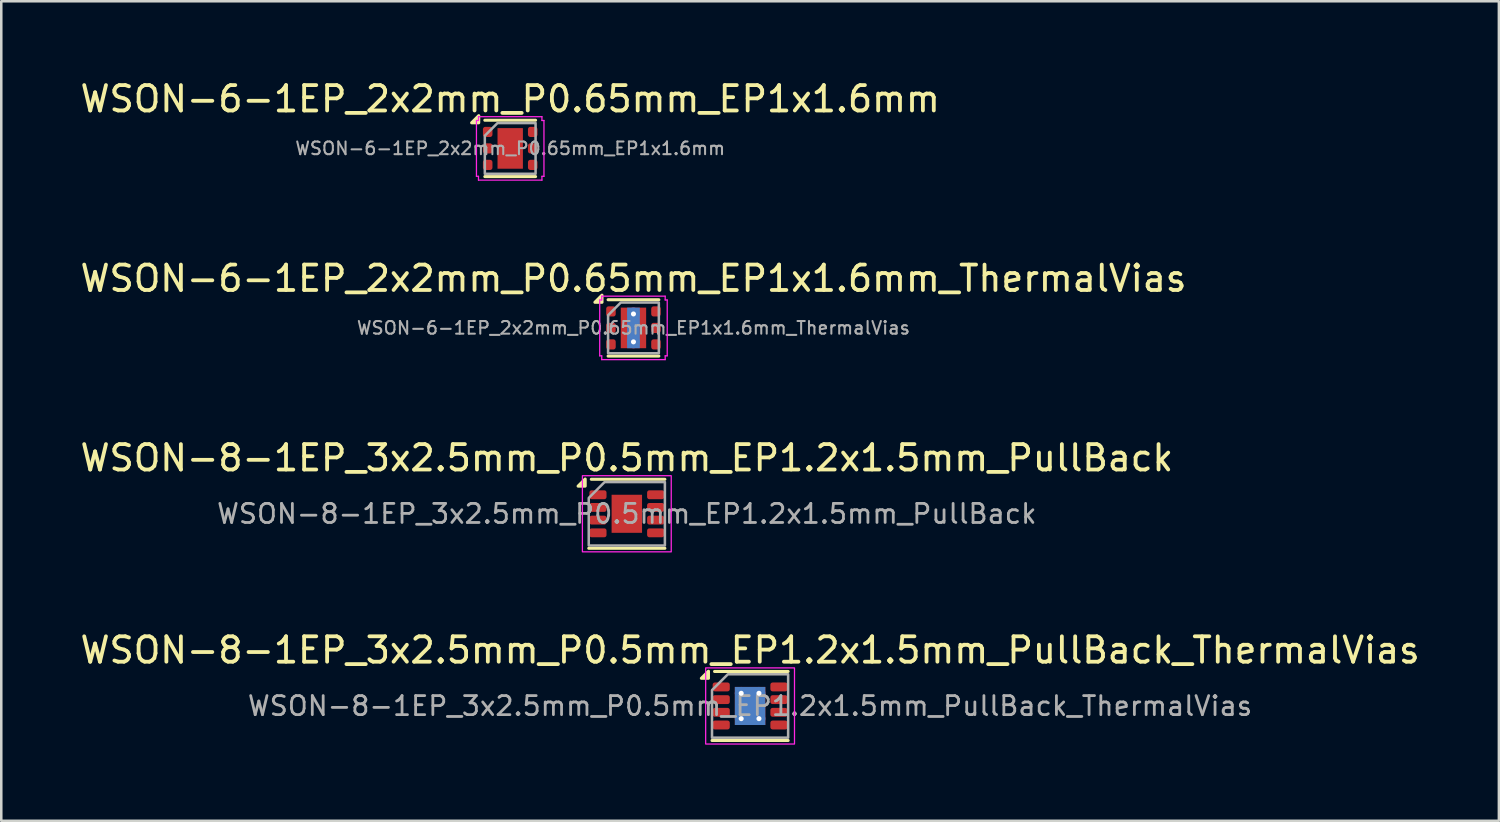
<source format=kicad_pcb>
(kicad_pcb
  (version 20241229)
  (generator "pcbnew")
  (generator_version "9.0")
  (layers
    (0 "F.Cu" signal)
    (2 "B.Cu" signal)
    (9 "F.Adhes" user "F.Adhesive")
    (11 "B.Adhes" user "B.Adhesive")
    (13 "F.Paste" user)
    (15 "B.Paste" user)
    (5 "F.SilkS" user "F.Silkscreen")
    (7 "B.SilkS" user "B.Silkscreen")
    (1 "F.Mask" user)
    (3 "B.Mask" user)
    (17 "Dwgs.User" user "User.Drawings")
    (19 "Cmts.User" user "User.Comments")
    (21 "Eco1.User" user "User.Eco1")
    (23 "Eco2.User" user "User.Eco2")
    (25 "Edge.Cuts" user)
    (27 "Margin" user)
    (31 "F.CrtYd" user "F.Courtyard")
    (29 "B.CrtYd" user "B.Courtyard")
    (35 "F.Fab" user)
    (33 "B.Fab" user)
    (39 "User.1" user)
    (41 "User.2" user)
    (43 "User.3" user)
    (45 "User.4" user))
  (footprint "WSON-6-1EP_2x2mm_P0.65mm_EP1x1.6mm"
    (layer "F.Cu")
    (at 17.054 2.798)
    (property "Reference" "WSON-6-1EP_2x2mm_P0.65mm_EP1x1.6mm" (at 0 -1.95 0) (layer "F.SilkS") (effects (font (size 1 1) (thickness 0.15))))
    (attr smd)
    (fp_line (start -1 -1.11) (end 1 -1.11) (stroke (width 0.12) (type solid)) (layer "F.SilkS"))
    (fp_line (start -1 1.11) (end 1 1.11) (stroke (width 0.12) (type solid)) (layer "F.SilkS"))
    (fp_poly (pts (xy -1.24 -1.01) (xy -1.52 -1.01) (xy -1.24 -1.29)) (stroke (width 0.12) (type solid)) (fill yes) (layer "F.SilkS"))
    (fp_line (start -1.33 -1.1) (end -1.25 -1.1) (stroke (width 0.05) (type solid)) (layer "F.CrtYd"))
    (fp_line (start -1.33 1.1) (end -1.33 -1.1) (stroke (width 0.05) (type solid)) (layer "F.CrtYd"))
    (fp_line (start -1.25 -1.25) (end 1.25 -1.25) (stroke (width 0.05) (type solid)) (layer "F.CrtYd"))
    (fp_line (start -1.25 -1.1) (end -1.25 -1.25) (stroke (width 0.05) (type solid)) (layer "F.CrtYd"))
    (fp_line (start -1.25 1.1) (end -1.33 1.1) (stroke (width 0.05) (type solid)) (layer "F.CrtYd"))
    (fp_line (start -1.25 1.25) (end -1.25 1.1) (stroke (width 0.05) (type solid)) (layer "F.CrtYd"))
    (fp_line (start 1.25 -1.25) (end 1.25 -1.1) (stroke (width 0.05) (type solid)) (layer "F.CrtYd"))
    (fp_line (start 1.25 -1.1) (end 1.33 -1.1) (stroke (width 0.05) (type solid)) (layer "F.CrtYd"))
    (fp_line (start 1.25 1.1) (end 1.25 1.25) (stroke (width 0.05) (type solid)) (layer "F.CrtYd"))
    (fp_line (start 1.25 1.25) (end -1.25 1.25) (stroke (width 0.05) (type solid)) (layer "F.CrtYd"))
    (fp_line (start 1.33 -1.1) (end 1.33 1.1) (stroke (width 0.05) (type solid)) (layer "F.CrtYd"))
    (fp_line (start 1.33 1.1) (end 1.25 1.1) (stroke (width 0.05) (type solid)) (layer "F.CrtYd"))
    (fp_poly (pts (xy -1 -0.5) (xy -1 1) (xy 1 1) (xy 1 -1) (xy -0.5 -1)) (stroke (width 0.1) (type solid)) (fill no) (layer "F.Fab"))
    (fp_text user "${REFERENCE}" (at 0 0 0) (layer "F.Fab") (effects (font (size 0.5 0.5) (thickness 0.08))))
    (pad "" smd roundrect (at 0 -0.4) (size 0.81 0.64) (layers "F.Paste") (roundrect_rratio 0.25))
    (pad "" smd roundrect (at 0 0.4) (size 0.81 0.64) (layers "F.Paste") (roundrect_rratio 0.25))
    (pad "1" smd roundrect (at -0.887 -0.65) (size 0.375 0.4) (layers "F.Cu" "F.Mask" "F.Paste") (roundrect_rratio 0.25))
    (pad "2" smd roundrect (at -0.887 0) (size 0.375 0.4) (layers "F.Cu" "F.Mask" "F.Paste") (roundrect_rratio 0.25))
    (pad "3" smd roundrect (at -0.887 0.65) (size 0.375 0.4) (layers "F.Cu" "F.Mask" "F.Paste") (roundrect_rratio 0.25))
    (pad "4" smd roundrect (at 0.887 0.65) (size 0.375 0.4) (layers "F.Cu" "F.Mask" "F.Paste") (roundrect_rratio 0.25))
    (pad "5" smd roundrect (at 0.887 0) (size 0.375 0.4) (layers "F.Cu" "F.Mask" "F.Paste") (roundrect_rratio 0.25))
    (pad "6" smd roundrect (at 0.887 -0.65) (size 0.375 0.4) (layers "F.Cu" "F.Mask" "F.Paste") (roundrect_rratio 0.25))
    (pad "7" smd rect (at 0 0) (size 1 1.6) (property pad_prop_heatsink) (layers "F.Cu" "F.Mask")))
  (footprint "WSON-8-1EP_3x2.5mm_P0.5mm_EP1.2x1.5mm_PullBack"
    (layer "F.Cu")
    (at 21.649 17.195)
    (property "Reference" "WSON-8-1EP_3x2.5mm_P0.5mm_EP1.2x1.5mm_PullBack" (at 0 -2.2 0) (layer "F.SilkS") (effects (font (size 1 1) (thickness 0.15))))
    (attr smd)
    (fp_line (start -1.5 1.36) (end 1.5 1.36) (stroke (width 0.12) (type solid)) (layer "F.SilkS"))
    (fp_line (start -1.4 -1.36) (end 1.5 -1.36) (stroke (width 0.12) (type solid)) (layer "F.SilkS"))
    (fp_poly (pts (xy -1.64 -1.09) (xy -1.92 -1.09) (xy -1.64 -1.37)) (stroke (width 0.12) (type solid)) (fill yes) (layer "F.SilkS"))
    (fp_rect (start 1.75 1.5) (end -1.75 -1.5) (stroke (width 0.05) (type solid)) (fill no) (layer "F.CrtYd"))
    (fp_poly (pts (xy -1.5 -0.625) (xy -1.5 1.25) (xy 1.5 1.25) (xy 1.5 -1.25) (xy -0.875 -1.25)) (stroke (width 0.1) (type solid)) (fill no) (layer "F.Fab"))
    (fp_text user "${REFERENCE}" (at 0 0 0) (layer "F.Fab") (effects (font (size 0.75 0.75) (thickness 0.11))))
    (pad "" smd roundrect (at -0.3 -0.375) (size 0.48 0.6) (layers "F.Paste") (roundrect_rratio 0.25))
    (pad "" smd roundrect (at -0.3 0.375) (size 0.48 0.6) (layers "F.Paste") (roundrect_rratio 0.25))
    (pad "" smd roundrect (at 0.3 -0.375) (size 0.48 0.6) (layers "F.Paste") (roundrect_rratio 0.25))
    (pad "" smd roundrect (at 0.3 0.375) (size 0.48 0.6) (layers "F.Paste") (roundrect_rratio 0.25))
    (pad "1" smd roundrect (at -1.137 -0.75) (size 0.675 0.35) (layers "F.Cu" "F.Mask" "F.Paste") (roundrect_rratio 0.25))
    (pad "2" smd roundrect (at -1.137 -0.25) (size 0.675 0.35) (layers "F.Cu" "F.Mask" "F.Paste") (roundrect_rratio 0.25))
    (pad "3" smd roundrect (at -1.137 0.25) (size 0.675 0.35) (layers "F.Cu" "F.Mask" "F.Paste") (roundrect_rratio 0.25))
    (pad "4" smd roundrect (at -1.137 0.75) (size 0.675 0.35) (layers "F.Cu" "F.Mask" "F.Paste") (roundrect_rratio 0.25))
    (pad "5" smd roundrect (at 1.137 0.75) (size 0.675 0.35) (layers "F.Cu" "F.Mask" "F.Paste") (roundrect_rratio 0.25))
    (pad "6" smd roundrect (at 1.137 0.25) (size 0.675 0.35) (layers "F.Cu" "F.Mask" "F.Paste") (roundrect_rratio 0.25))
    (pad "7" smd roundrect (at 1.137 -0.25) (size 0.675 0.35) (layers "F.Cu" "F.Mask" "F.Paste") (roundrect_rratio 0.25))
    (pad "8" smd roundrect (at 1.137 -0.75) (size 0.675 0.35) (layers "F.Cu" "F.Mask" "F.Paste") (roundrect_rratio 0.25))
    (pad "9" smd rect (at 0 0) (size 1.2 1.5) (property pad_prop_heatsink) (layers "F.Cu" "F.Mask")))
  (footprint "WSON-6-1EP_2x2mm_P0.65mm_EP1x1.6mm_ThermalVias"
    (layer "F.Cu")
    (at 21.911 9.871)
    (property "Reference" "WSON-6-1EP_2x2mm_P0.65mm_EP1x1.6mm_ThermalVias" (at 0 -1.95 0) (layer "F.SilkS") (effects (font (size 1 1) (thickness 0.15))))
    (attr smd)
    (fp_line (start -1 -1.11) (end 1 -1.11) (stroke (width 0.12) (type solid)) (layer "F.SilkS"))
    (fp_line (start -1 1.11) (end 1 1.11) (stroke (width 0.12) (type solid)) (layer "F.SilkS"))
    (fp_poly (pts (xy -1.24 -1.01) (xy -1.52 -1.01) (xy -1.24 -1.29)) (stroke (width 0.12) (type solid)) (fill yes) (layer "F.SilkS"))
    (fp_line (start -1.33 -1.1) (end -1.25 -1.1) (stroke (width 0.05) (type solid)) (layer "F.CrtYd"))
    (fp_line (start -1.33 1.1) (end -1.33 -1.1) (stroke (width 0.05) (type solid)) (layer "F.CrtYd"))
    (fp_line (start -1.25 -1.25) (end 1.25 -1.25) (stroke (width 0.05) (type solid)) (layer "F.CrtYd"))
    (fp_line (start -1.25 -1.1) (end -1.25 -1.25) (stroke (width 0.05) (type solid)) (layer "F.CrtYd"))
    (fp_line (start -1.25 1.1) (end -1.33 1.1) (stroke (width 0.05) (type solid)) (layer "F.CrtYd"))
    (fp_line (start -1.25 1.25) (end -1.25 1.1) (stroke (width 0.05) (type solid)) (layer "F.CrtYd"))
    (fp_line (start 1.25 -1.25) (end 1.25 -1.1) (stroke (width 0.05) (type solid)) (layer "F.CrtYd"))
    (fp_line (start 1.25 -1.1) (end 1.33 -1.1) (stroke (width 0.05) (type solid)) (layer "F.CrtYd"))
    (fp_line (start 1.25 1.1) (end 1.25 1.25) (stroke (width 0.05) (type solid)) (layer "F.CrtYd"))
    (fp_line (start 1.25 1.25) (end -1.25 1.25) (stroke (width 0.05) (type solid)) (layer "F.CrtYd"))
    (fp_line (start 1.33 -1.1) (end 1.33 1.1) (stroke (width 0.05) (type solid)) (layer "F.CrtYd"))
    (fp_line (start 1.33 1.1) (end 1.25 1.1) (stroke (width 0.05) (type solid)) (layer "F.CrtYd"))
    (fp_poly (pts (xy -1 -0.5) (xy -1 1) (xy 1 1) (xy 1 -1) (xy -0.5 -1)) (stroke (width 0.1) (type solid)) (fill no) (layer "F.Fab"))
    (fp_text user "${REFERENCE}" (at 0 0 0) (layer "F.Fab") (effects (font (size 0.5 0.5) (thickness 0.08))))
    (pad "" smd roundrect (at 0 -0.4) (size 0.87 0.69) (layers "F.Paste") (roundrect_rratio 0.25))
    (pad "" smd roundrect (at 0 0.4) (size 0.87 0.69) (layers "F.Paste") (roundrect_rratio 0.25))
    (pad "1" smd roundrect (at -0.887 -0.65) (size 0.375 0.4) (layers "F.Cu" "F.Mask" "F.Paste") (roundrect_rratio 0.25))
    (pad "2" smd roundrect (at -0.887 0) (size 0.375 0.4) (layers "F.Cu" "F.Mask" "F.Paste") (roundrect_rratio 0.25))
    (pad "3" smd roundrect (at -0.887 0.65) (size 0.375 0.4) (layers "F.Cu" "F.Mask" "F.Paste") (roundrect_rratio 0.25))
    (pad "4" smd roundrect (at 0.887 0.65) (size 0.375 0.4) (layers "F.Cu" "F.Mask" "F.Paste") (roundrect_rratio 0.25))
    (pad "5" smd roundrect (at 0.887 0) (size 0.375 0.4) (layers "F.Cu" "F.Mask" "F.Paste") (roundrect_rratio 0.25))
    (pad "6" smd roundrect (at 0.887 -0.65) (size 0.375 0.4) (layers "F.Cu" "F.Mask" "F.Paste") (roundrect_rratio 0.25))
    (pad "7" thru_hole circle (at 0 -0.55) (size 0.5 0.5) (drill 0.2) (property pad_prop_heatsink) (layers "*.Cu"))
    (pad "7" smd rect (at 0 0) (size 0.5 1.6) (property pad_prop_heatsink) (layers "B.Cu"))
    (pad "7" smd rect (at 0 0) (size 1 1.6) (property pad_prop_heatsink) (layers "F.Cu" "F.Mask"))
    (pad "7" thru_hole circle (at 0 0.55) (size 0.5 0.5) (drill 0.2) (property pad_prop_heatsink) (layers "*.Cu")))
  (footprint "WSON-8-1EP_3x2.5mm_P0.5mm_EP1.2x1.5mm_PullBack_ThermalVias"
    (layer "F.Cu")
    (at 26.506 24.768)
    (property "Reference" "WSON-8-1EP_3x2.5mm_P0.5mm_EP1.2x1.5mm_PullBack_ThermalVias" (at 0 -2.2 0) (layer "F.SilkS") (effects (font (size 1 1) (thickness 0.15))))
    (attr smd)
    (fp_line (start -1.5 1.36) (end 1.5 1.36) (stroke (width 0.12) (type solid)) (layer "F.SilkS"))
    (fp_line (start -1.4 -1.36) (end 1.5 -1.36) (stroke (width 0.12) (type solid)) (layer "F.SilkS"))
    (fp_poly (pts (xy -1.64 -1.09) (xy -1.92 -1.09) (xy -1.64 -1.37)) (stroke (width 0.12) (type solid)) (fill yes) (layer "F.SilkS"))
    (fp_rect (start 1.75 1.5) (end -1.75 -1.5) (stroke (width 0.05) (type solid)) (fill no) (layer "F.CrtYd"))
    (fp_poly (pts (xy -1.5 -0.625) (xy -1.5 1.25) (xy 1.5 1.25) (xy 1.5 -1.25) (xy -0.875 -1.25)) (stroke (width 0.1) (type solid)) (fill no) (layer "F.Fab"))
    (fp_text user "${REFERENCE}" (at 0 0 0) (layer "F.Fab") (effects (font (size 0.75 0.75) (thickness 0.11))))
    (pad "" smd roundrect (at -0.3 -0.375) (size 0.52 0.65) (layers "F.Paste") (roundrect_rratio 0.25))
    (pad "" smd roundrect (at -0.3 0.375) (size 0.52 0.65) (layers "F.Paste") (roundrect_rratio 0.25))
    (pad "" smd roundrect (at 0.3 -0.375) (size 0.52 0.65) (layers "F.Paste") (roundrect_rratio 0.25))
    (pad "" smd roundrect (at 0.3 0.375) (size 0.52 0.65) (layers "F.Paste") (roundrect_rratio 0.25))
    (pad "1" smd roundrect (at -1.137 -0.75) (size 0.675 0.35) (layers "F.Cu" "F.Mask" "F.Paste") (roundrect_rratio 0.25))
    (pad "2" smd roundrect (at -1.137 -0.25) (size 0.675 0.35) (layers "F.Cu" "F.Mask" "F.Paste") (roundrect_rratio 0.25))
    (pad "3" smd roundrect (at -1.137 0.25) (size 0.675 0.35) (layers "F.Cu" "F.Mask" "F.Paste") (roundrect_rratio 0.25))
    (pad "4" smd roundrect (at -1.137 0.75) (size 0.675 0.35) (layers "F.Cu" "F.Mask" "F.Paste") (roundrect_rratio 0.25))
    (pad "5" smd roundrect (at 1.137 0.75) (size 0.675 0.35) (layers "F.Cu" "F.Mask" "F.Paste") (roundrect_rratio 0.25))
    (pad "6" smd roundrect (at 1.137 0.25) (size 0.675 0.35) (layers "F.Cu" "F.Mask" "F.Paste") (roundrect_rratio 0.25))
    (pad "7" smd roundrect (at 1.137 -0.25) (size 0.675 0.35) (layers "F.Cu" "F.Mask" "F.Paste") (roundrect_rratio 0.25))
    (pad "8" smd roundrect (at 1.137 -0.75) (size 0.675 0.35) (layers "F.Cu" "F.Mask" "F.Paste") (roundrect_rratio 0.25))
    (pad "9" thru_hole circle (at -0.35 -0.5) (size 0.5 0.5) (drill 0.2) (property pad_prop_heatsink) (layers "*.Cu"))
    (pad "9" thru_hole circle (at -0.35 0.5) (size 0.5 0.5) (drill 0.2) (property pad_prop_heatsink) (layers "*.Cu"))
    (pad "9" smd rect (at 0 0) (size 1.2 1.5) (property pad_prop_heatsink) (layers "F.Cu" "F.Mask"))
    (pad "9" smd rect (at 0 0) (size 1.2 1.5) (property pad_prop_heatsink) (layers "B.Cu"))
    (pad "9" thru_hole circle (at 0.35 -0.5) (size 0.5 0.5) (drill 0.2) (property pad_prop_heatsink) (layers "*.Cu"))
    (pad "9" thru_hole circle (at 0.35 0.5) (size 0.5 0.5) (drill 0.2) (property pad_prop_heatsink) (layers "*.Cu")))
  (gr_rect
    (start -3 -3)
    (end 56.012 29.293)
    (stroke (width 0.1) (type default))
    (fill no)
    (layer "Edge.Cuts")))
</source>
